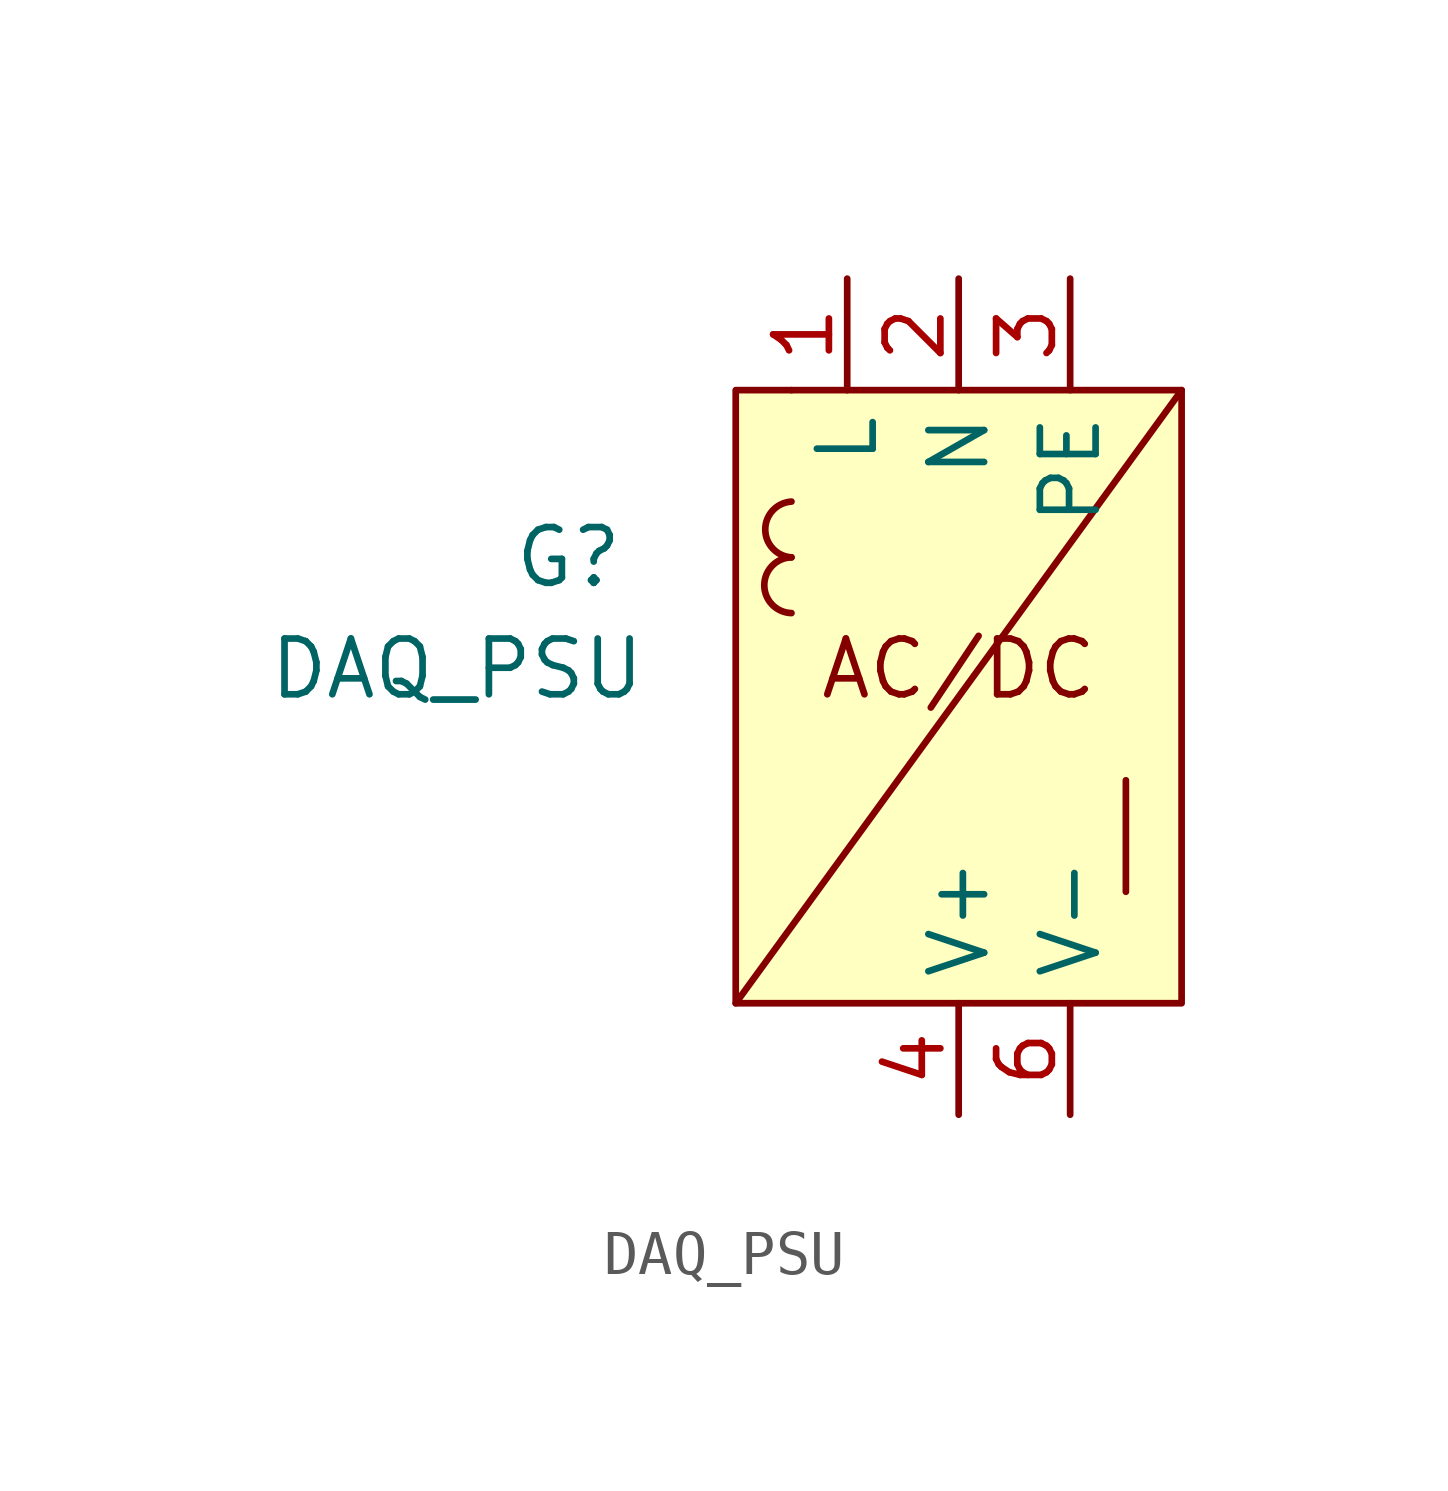
<source format=kicad_sym>
(kicad_symbol_lib
  (version 20211014)
  (generator kicad_symbol_editor)
  (symbol "DAQ_PSU"
    (property "Reference" "G"
      (at -6.35 -1.27 0)
      (effects (font (size 1.27 1.27))))
    (property "Value" "DAQ_PSU"
      (at -8.89 -3.81 0)
      (effects (font (size 1.27 1.27))))
    (symbol "DAQ_PSU_0_0"
      (arc (start -1.27 -1.27) (mid -1.8893 -1.905) (end -1.27 -2.54) (stroke (width 0) (type default) (color 0 0 0 0)) (fill (type none)))
      (arc (start -1.27 0) (mid -1.9453 -0.635) (end -1.27 -1.27) (stroke (width 0) (type default) (color 0 0 0 0)) (fill (type none)))
      (arc (start -1.27 2.54) (mid -1.27 2.54) (end -1.27 2.54) (stroke (width 0) (type default) (color 0 0 0 0)) (fill (type none)))
      (polyline (pts (xy 6.35 -6.35) (xy 6.35 -8.89)) (stroke (width 0) (type default) (color 0 0 0 0)) (fill (type none)))
      (polyline (pts (xy 7.62 2.54) (xy -2.54 -11.43)) (stroke (width 0) (type default) (color 0 0 0 0)) (fill (type none)))
      (text "AC/DC" (at 2.54 -3.81 0) (effects (font (size 1.27 1.27))))
      (pin power_in line (at 0 5.08 270) (length 2.54) (name "L" (effects (font (size 1.27 1.27)))) (number "1" (effects (font (size 1.27 1.27)))))
      (pin passive line (at 2.54 5.08 270) (length 2.54) (name "N" (effects (font (size 1.27 1.27)))) (number "2" (effects (font (size 1.27 1.27)))))
      (pin passive line (at 5.08 5.08 270) (length 2.54) (name "PE" (effects (font (size 1.27 1.27)))) (number "3" (effects (font (size 1.27 1.27)))))
      (pin passive line (at 2.54 -13.97 90) (length 2.54) (name "V+" (effects (font (size 1.27 1.27)))) (number "4" (effects (font (size 1.27 1.27)))))
      (pin passive line (at 5.08 -13.97 90) (length 2.54) (name "V-" (effects (font (size 1.27 1.27)))) (number "6" (effects (font (size 1.27 1.27))))))
    (symbol "DAQ_PSU_0_1"
      (rectangle (start -2.54 2.54) (end 7.62 -11.43) (stroke (width 0) (type default) (color 0 0 0 0)) (fill (type background))))))
</source>
